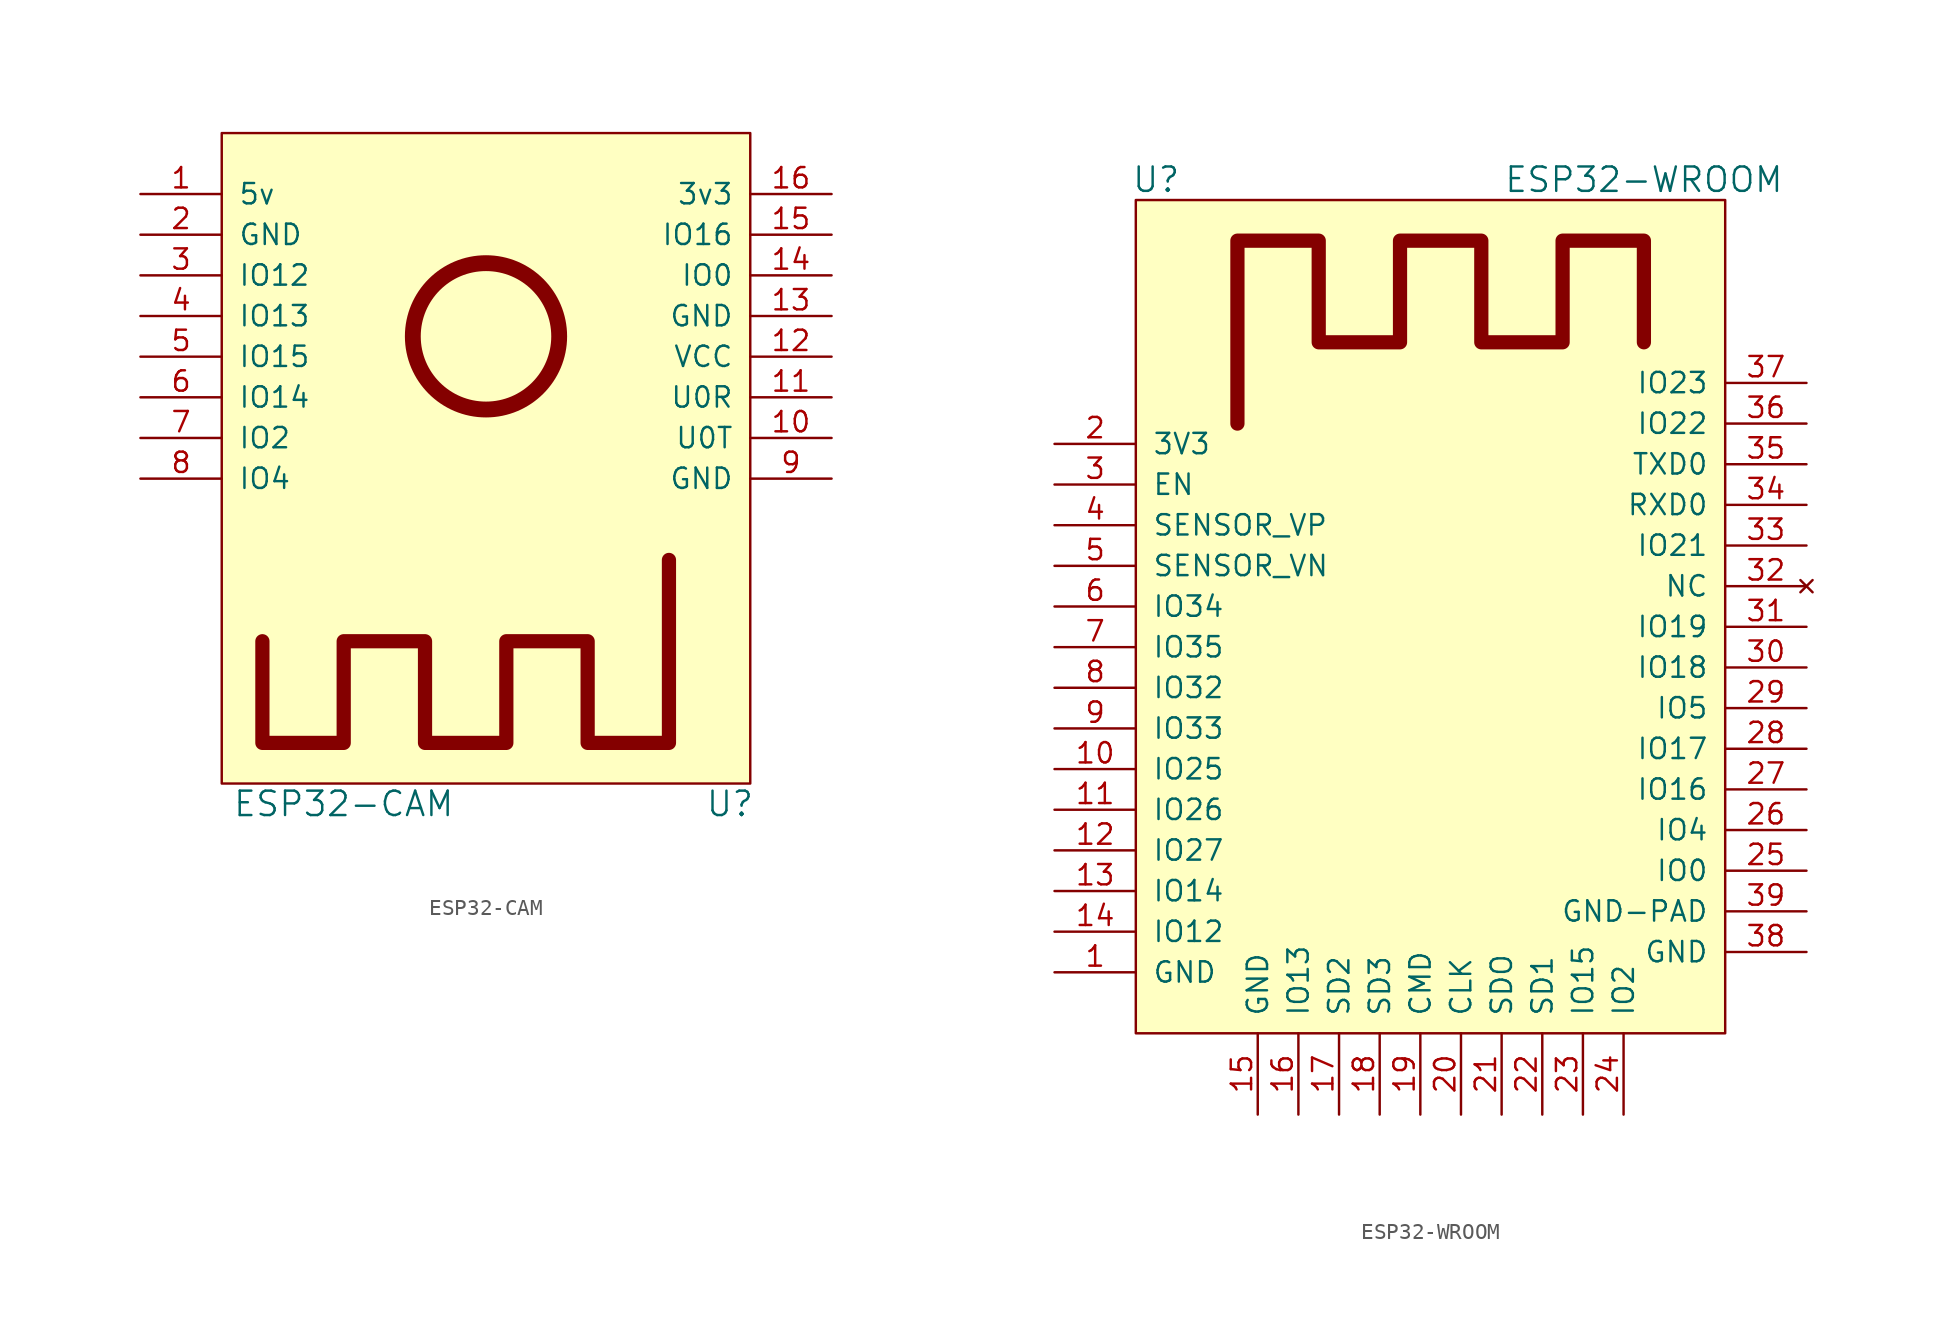
<source format=kicad_sym>
(kicad_symbol_lib
  (version 20211014)
  (generator kicad_symbol_editor)
  (symbol "ESP32-CAM"
    (pin_names
      (offset 1.016))
    (property "Reference" "U"
      (at 15.24 -29.21 0)
      (effects (font (size 1.524 1.524))))
    (property "Value" "ESP32-CAM"
      (at -8.89 -29.21 0)
      (effects (font (size 1.524 1.524))))
    (symbol "ESP32-CAM_0_1"
      (polyline (pts (xy 11.43 -13.97) (xy 11.43 -25.4) (xy 6.35 -25.4) (xy 6.35 -19.05) (xy 1.27 -19.05) (xy 1.27 -25.4) (xy -3.81 -25.4) (xy -3.81 -19.05) (xy -8.89 -19.05) (xy -8.89 -25.4) (xy -13.97 -25.4) (xy -13.97 -19.05)) (stroke (width 0.889) (type default) (color 0 0 0 0)) (fill (type none)))
      (circle (center 0 0) (radius 4.572) (stroke (width 0.991) (type default) (color 0 0 0 0)) (fill (type none)))
      (rectangle (start 16.51 -27.94) (end -16.51 12.7) (stroke (width 0) (type default) (color 0 0 0 0)) (fill (type background))))
    (symbol "ESP32-CAM_1_1"
      (pin power_in line (at -21.59 8.89 0) (length 5.08) (name "5v" (effects (font (size 1.27 1.27)))) (number "1" (effects (font (size 1.27 1.27)))))
      (pin output line (at 21.59 -6.35 180) (length 5.08) (name "U0T" (effects (font (size 1.27 1.27)))) (number "10" (effects (font (size 1.27 1.27)))))
      (pin input line (at 21.59 -3.81 180) (length 5.08) (name "U0R" (effects (font (size 1.27 1.27)))) (number "11" (effects (font (size 1.27 1.27)))))
      (pin power_in line (at 21.59 -1.27 180) (length 5.08) (name "VCC" (effects (font (size 1.27 1.27)))) (number "12" (effects (font (size 1.27 1.27)))))
      (pin power_in line (at 21.59 1.27 180) (length 5.08) (name "GND" (effects (font (size 1.27 1.27)))) (number "13" (effects (font (size 1.27 1.27)))))
      (pin bidirectional line (at 21.59 3.81 180) (length 5.08) (name "IO0" (effects (font (size 1.27 1.27)))) (number "14" (effects (font (size 1.27 1.27)))))
      (pin bidirectional line (at 21.59 6.35 180) (length 5.08) (name "IO16" (effects (font (size 1.27 1.27)))) (number "15" (effects (font (size 1.27 1.27)))))
      (pin power_in line (at 21.59 8.89 180) (length 5.08) (name "3v3" (effects (font (size 1.27 1.27)))) (number "16" (effects (font (size 1.27 1.27)))))
      (pin power_in line (at -21.59 6.35 0) (length 5.08) (name "GND" (effects (font (size 1.27 1.27)))) (number "2" (effects (font (size 1.27 1.27)))))
      (pin bidirectional line (at -21.59 3.81 0) (length 5.08) (name "IO12" (effects (font (size 1.27 1.27)))) (number "3" (effects (font (size 1.27 1.27)))))
      (pin bidirectional line (at -21.59 1.27 0) (length 5.08) (name "IO13" (effects (font (size 1.27 1.27)))) (number "4" (effects (font (size 1.27 1.27)))))
      (pin bidirectional line (at -21.59 -1.27 0) (length 5.08) (name "IO15" (effects (font (size 1.27 1.27)))) (number "5" (effects (font (size 1.27 1.27)))))
      (pin bidirectional line (at -21.59 -3.81 0) (length 5.08) (name "IO14" (effects (font (size 1.27 1.27)))) (number "6" (effects (font (size 1.27 1.27)))))
      (pin bidirectional line (at -21.59 -6.35 0) (length 5.08) (name "IO2" (effects (font (size 1.27 1.27)))) (number "7" (effects (font (size 1.27 1.27)))))
      (pin bidirectional line (at -21.59 -8.89 0) (length 5.08) (name "IO4" (effects (font (size 1.27 1.27)))) (number "8" (effects (font (size 1.27 1.27)))))
      (pin power_in line (at 21.59 -8.89 180) (length 5.08) (name "GND" (effects (font (size 1.27 1.27)))) (number "9" (effects (font (size 1.27 1.27)))))))
  (symbol "ESP32-WROOM"
    (pin_names
      (offset 1.016))
    (property "Reference" "U"
      (at -17.78 31.75 0)
      (effects (font (size 1.524 1.524))))
    (property "Value" "ESP32-WROOM"
      (at 12.7 31.75 0)
      (effects (font (size 1.524 1.524))))
    (symbol "ESP32-WROOM_0_1"
      (rectangle (start -19.05 30.48) (end 17.78 -21.59) (stroke (width 0) (type default) (color 0 0 0 0)) (fill (type background)))
      (polyline (pts (xy -12.7 16.51) (xy -12.7 27.94) (xy -7.62 27.94) (xy -7.62 21.59) (xy -2.54 21.59) (xy -2.54 27.94) (xy 2.54 27.94) (xy 2.54 21.59) (xy 7.62 21.59) (xy 7.62 27.94) (xy 12.7 27.94) (xy 12.7 21.59)) (stroke (width 0.889) (type default) (color 0 0 0 0)) (fill (type none))))
    (symbol "ESP32-WROOM_1_1"
      (pin power_out line (at -24.13 -17.78 0) (length 5.08) (name "GND" (effects (font (size 1.27 1.27)))) (number "1" (effects (font (size 1.27 1.27)))))
      (pin bidirectional line (at -24.13 -5.08 0) (length 5.08) (name "IO25" (effects (font (size 1.27 1.27)))) (number "10" (effects (font (size 1.27 1.27)))))
      (pin bidirectional line (at -24.13 -7.62 0) (length 5.08) (name "IO26" (effects (font (size 1.27 1.27)))) (number "11" (effects (font (size 1.27 1.27)))))
      (pin bidirectional line (at -24.13 -10.16 0) (length 5.08) (name "IO27" (effects (font (size 1.27 1.27)))) (number "12" (effects (font (size 1.27 1.27)))))
      (pin bidirectional line (at -24.13 -12.7 0) (length 5.08) (name "IO14" (effects (font (size 1.27 1.27)))) (number "13" (effects (font (size 1.27 1.27)))))
      (pin bidirectional line (at -24.13 -15.24 0) (length 5.08) (name "IO12" (effects (font (size 1.27 1.27)))) (number "14" (effects (font (size 1.27 1.27)))))
      (pin power_in line (at -11.43 -26.67 90) (length 5.08) (name "GND" (effects (font (size 1.27 1.27)))) (number "15" (effects (font (size 1.27 1.27)))))
      (pin bidirectional line (at -8.89 -26.67 90) (length 5.08) (name "IO13" (effects (font (size 1.27 1.27)))) (number "16" (effects (font (size 1.27 1.27)))))
      (pin bidirectional line (at -6.35 -26.67 90) (length 5.08) (name "SD2" (effects (font (size 1.27 1.27)))) (number "17" (effects (font (size 1.27 1.27)))))
      (pin bidirectional line (at -3.81 -26.67 90) (length 5.08) (name "SD3" (effects (font (size 1.27 1.27)))) (number "18" (effects (font (size 1.27 1.27)))))
      (pin bidirectional line (at -1.27 -26.67 90) (length 5.08) (name "CMD" (effects (font (size 1.27 1.27)))) (number "19" (effects (font (size 1.27 1.27)))))
      (pin power_in line (at -24.13 15.24 0) (length 5.08) (name "3V3" (effects (font (size 1.27 1.27)))) (number "2" (effects (font (size 1.27 1.27)))))
      (pin input line (at 1.27 -26.67 90) (length 5.08) (name "CLK" (effects (font (size 1.27 1.27)))) (number "20" (effects (font (size 1.27 1.27)))))
      (pin bidirectional line (at 3.81 -26.67 90) (length 5.08) (name "SDO" (effects (font (size 1.27 1.27)))) (number "21" (effects (font (size 1.27 1.27)))))
      (pin bidirectional line (at 6.35 -26.67 90) (length 5.08) (name "SD1" (effects (font (size 1.27 1.27)))) (number "22" (effects (font (size 1.27 1.27)))))
      (pin bidirectional line (at 8.89 -26.67 90) (length 5.08) (name "IO15" (effects (font (size 1.27 1.27)))) (number "23" (effects (font (size 1.27 1.27)))))
      (pin bidirectional line (at 11.43 -26.67 90) (length 5.08) (name "IO2" (effects (font (size 1.27 1.27)))) (number "24" (effects (font (size 1.27 1.27)))))
      (pin bidirectional line (at 22.86 -11.43 180) (length 5.08) (name "IO0" (effects (font (size 1.27 1.27)))) (number "25" (effects (font (size 1.27 1.27)))))
      (pin input line (at 22.86 -8.89 180) (length 5.08) (name "IO4" (effects (font (size 1.27 1.27)))) (number "26" (effects (font (size 1.27 1.27)))))
      (pin bidirectional line (at 22.86 -6.35 180) (length 5.08) (name "IO16" (effects (font (size 1.27 1.27)))) (number "27" (effects (font (size 1.27 1.27)))))
      (pin bidirectional line (at 22.86 -3.81 180) (length 5.08) (name "IO17" (effects (font (size 1.27 1.27)))) (number "28" (effects (font (size 1.27 1.27)))))
      (pin bidirectional line (at 22.86 -1.27 180) (length 5.08) (name "IO5" (effects (font (size 1.27 1.27)))) (number "29" (effects (font (size 1.27 1.27)))))
      (pin input line (at -24.13 12.7 0) (length 5.08) (name "EN" (effects (font (size 1.27 1.27)))) (number "3" (effects (font (size 1.27 1.27)))))
      (pin input line (at 22.86 1.27 180) (length 5.08) (name "IO18" (effects (font (size 1.27 1.27)))) (number "30" (effects (font (size 1.27 1.27)))))
      (pin bidirectional line (at 22.86 3.81 180) (length 5.08) (name "IO19" (effects (font (size 1.27 1.27)))) (number "31" (effects (font (size 1.27 1.27)))))
      (pin no_connect line (at 22.86 6.35 180) (length 5.08) (name "NC" (effects (font (size 1.27 1.27)))) (number "32" (effects (font (size 1.27 1.27)))))
      (pin bidirectional line (at 22.86 8.89 180) (length 5.08) (name "IO21" (effects (font (size 1.27 1.27)))) (number "33" (effects (font (size 1.27 1.27)))))
      (pin bidirectional line (at 22.86 11.43 180) (length 5.08) (name "RXD0" (effects (font (size 1.27 1.27)))) (number "34" (effects (font (size 1.27 1.27)))))
      (pin bidirectional line (at 22.86 13.97 180) (length 5.08) (name "TXD0" (effects (font (size 1.27 1.27)))) (number "35" (effects (font (size 1.27 1.27)))))
      (pin bidirectional line (at 22.86 16.51 180) (length 5.08) (name "IO22" (effects (font (size 1.27 1.27)))) (number "36" (effects (font (size 1.27 1.27)))))
      (pin bidirectional line (at 22.86 19.05 180) (length 5.08) (name "IO23" (effects (font (size 1.27 1.27)))) (number "37" (effects (font (size 1.27 1.27)))))
      (pin power_in line (at 22.86 -16.51 180) (length 5.08) (name "GND" (effects (font (size 1.27 1.27)))) (number "38" (effects (font (size 1.27 1.27)))))
      (pin power_in line (at 22.86 -13.97 180) (length 5.08) (name "GND-PAD" (effects (font (size 1.27 1.27)))) (number "39" (effects (font (size 1.27 1.27)))))
      (pin input line (at -24.13 10.16 0) (length 5.08) (name "SENSOR_VP" (effects (font (size 1.27 1.27)))) (number "4" (effects (font (size 1.27 1.27)))))
      (pin input line (at -24.13 7.62 0) (length 5.08) (name "SENSOR_VN" (effects (font (size 1.27 1.27)))) (number "5" (effects (font (size 1.27 1.27)))))
      (pin bidirectional line (at -24.13 5.08 0) (length 5.08) (name "IO34" (effects (font (size 1.27 1.27)))) (number "6" (effects (font (size 1.27 1.27)))))
      (pin bidirectional line (at -24.13 2.54 0) (length 5.08) (name "IO35" (effects (font (size 1.27 1.27)))) (number "7" (effects (font (size 1.27 1.27)))))
      (pin bidirectional line (at -24.13 0 0) (length 5.08) (name "IO32" (effects (font (size 1.27 1.27)))) (number "8" (effects (font (size 1.27 1.27)))))
      (pin bidirectional line (at -24.13 -2.54 0) (length 5.08) (name "IO33" (effects (font (size 1.27 1.27)))) (number "9" (effects (font (size 1.27 1.27))))))))
</source>
